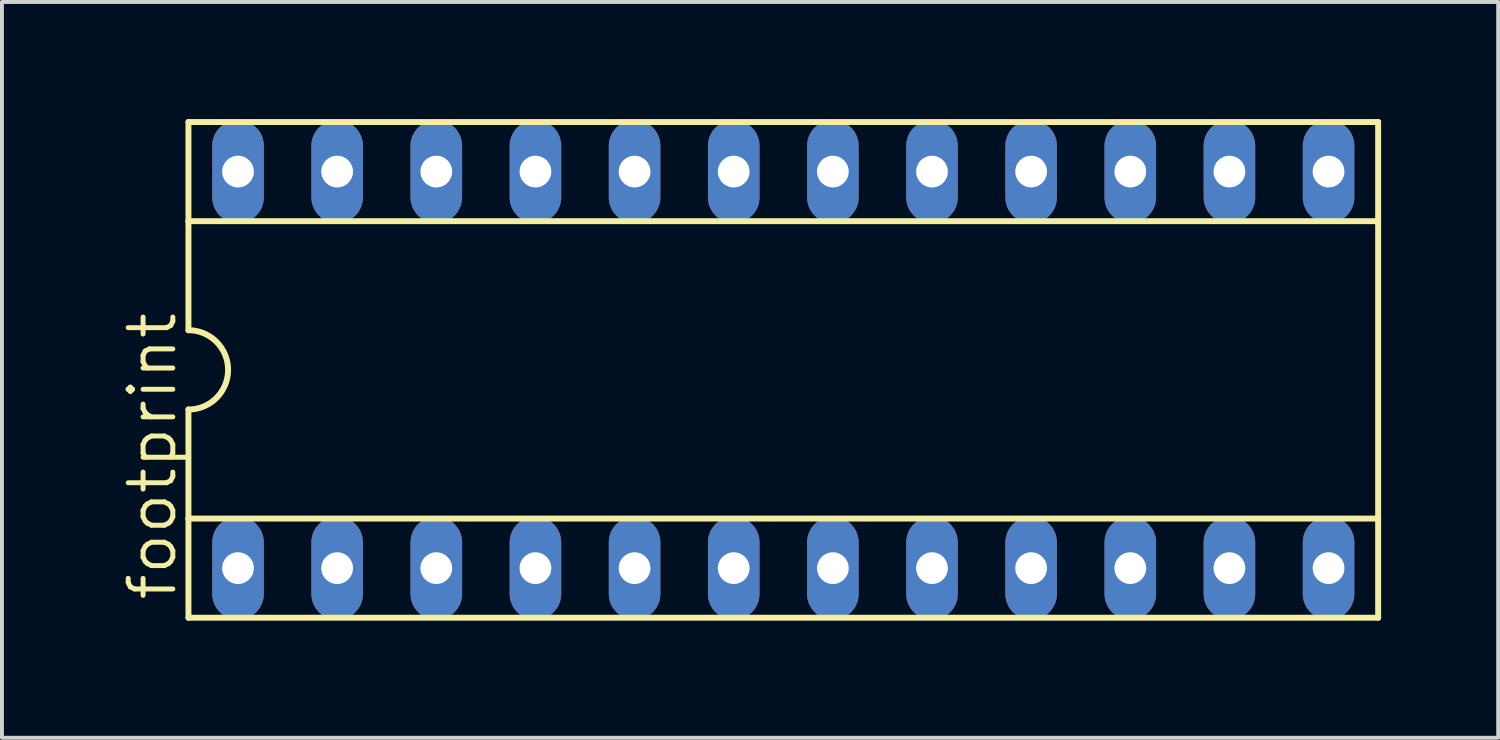
<source format=kicad_pcb>
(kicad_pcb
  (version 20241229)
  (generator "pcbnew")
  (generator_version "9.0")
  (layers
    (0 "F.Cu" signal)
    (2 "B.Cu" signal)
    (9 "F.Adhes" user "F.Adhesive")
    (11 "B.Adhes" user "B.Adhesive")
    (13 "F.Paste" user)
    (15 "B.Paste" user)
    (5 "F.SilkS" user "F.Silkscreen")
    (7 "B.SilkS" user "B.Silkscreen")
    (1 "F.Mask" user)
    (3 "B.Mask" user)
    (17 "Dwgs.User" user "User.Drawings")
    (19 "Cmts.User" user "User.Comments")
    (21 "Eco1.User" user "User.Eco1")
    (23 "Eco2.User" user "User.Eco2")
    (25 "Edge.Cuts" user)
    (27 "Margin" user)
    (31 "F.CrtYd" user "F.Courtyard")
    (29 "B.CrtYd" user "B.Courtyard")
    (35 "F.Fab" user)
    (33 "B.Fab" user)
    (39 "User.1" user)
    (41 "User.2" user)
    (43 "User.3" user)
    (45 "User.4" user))
  (footprint "footprint"
    (layer "F.Cu")
    (at 17.018 6.426)
    (property "Reference" "footprint" (at -15.494 5.969 90) (layer "F.SilkS") (effects (font (size 1.143 1.143) (thickness 0.127)) (justify left bottom)))
    (fp_line (start -15.24 -6.35) (end -15.24 -3.81) (stroke (width 0.152) (type solid)) (layer "F.SilkS"))
    (fp_line (start -15.24 -3.81) (end -15.24 -1.016) (stroke (width 0.152) (type solid)) (layer "F.SilkS"))
    (fp_line (start -15.24 3.81) (end -15.24 1.016) (stroke (width 0.152) (type solid)) (layer "F.SilkS"))
    (fp_line (start -15.24 3.81) (end 15.24 3.81) (stroke (width 0.152) (type solid)) (layer "F.SilkS"))
    (fp_line (start -15.24 6.35) (end -15.24 3.81) (stroke (width 0.152) (type solid)) (layer "F.SilkS"))
    (fp_line (start -15.24 6.35) (end 15.24 6.35) (stroke (width 0.152) (type solid)) (layer "F.SilkS"))
    (fp_line (start 15.24 -6.35) (end -15.24 -6.35) (stroke (width 0.152) (type solid)) (layer "F.SilkS"))
    (fp_line (start 15.24 -6.35) (end 15.24 -3.81) (stroke (width 0.152) (type solid)) (layer "F.SilkS"))
    (fp_line (start 15.24 -3.81) (end -15.24 -3.81) (stroke (width 0.152) (type solid)) (layer "F.SilkS"))
    (fp_line (start 15.24 -3.81) (end 15.24 3.81) (stroke (width 0.152) (type solid)) (layer "F.SilkS"))
    (fp_line (start 15.24 3.81) (end 15.24 6.35) (stroke (width 0.152) (type solid)) (layer "F.SilkS"))
    (fp_arc (start -15.24 -1.016) (mid -14.224 0) (end -15.24 1.016) (stroke (width 0.1524) (type solid)) (layer "F.SilkS"))
    (pad "1" thru_hole oval (at -13.97 5.08 90) (size 2.642 1.321) (drill 0.813) (layers "*.Cu" "*.Mask"))
    (pad "2" thru_hole oval (at -11.43 5.08 90) (size 2.642 1.321) (drill 0.813) (layers "*.Cu" "*.Mask"))
    (pad "3" thru_hole oval (at -8.89 5.08 90) (size 2.642 1.321) (drill 0.813) (layers "*.Cu" "*.Mask"))
    (pad "4" thru_hole oval (at -6.35 5.08 90) (size 2.642 1.321) (drill 0.813) (layers "*.Cu" "*.Mask"))
    (pad "5" thru_hole oval (at -3.81 5.08 90) (size 2.642 1.321) (drill 0.813) (layers "*.Cu" "*.Mask"))
    (pad "6" thru_hole oval (at -1.27 5.08 90) (size 2.642 1.321) (drill 0.813) (layers "*.Cu" "*.Mask"))
    (pad "7" thru_hole oval (at 1.27 5.08 90) (size 2.642 1.321) (drill 0.813) (layers "*.Cu" "*.Mask"))
    (pad "8" thru_hole oval (at 3.81 5.08 90) (size 2.642 1.321) (drill 0.813) (layers "*.Cu" "*.Mask"))
    (pad "9" thru_hole oval (at 6.35 5.08 90) (size 2.642 1.321) (drill 0.813) (layers "*.Cu" "*.Mask"))
    (pad "10" thru_hole oval (at 8.89 5.08 90) (size 2.642 1.321) (drill 0.813) (layers "*.Cu" "*.Mask"))
    (pad "11" thru_hole oval (at 11.43 5.08 90) (size 2.642 1.321) (drill 0.813) (layers "*.Cu" "*.Mask"))
    (pad "12" thru_hole oval (at 13.97 5.08 90) (size 2.642 1.321) (drill 0.813) (layers "*.Cu" "*.Mask"))
    (pad "13" thru_hole oval (at 13.97 -5.08 90) (size 2.642 1.321) (drill 0.813) (layers "*.Cu" "*.Mask"))
    (pad "14" thru_hole oval (at 11.43 -5.08 90) (size 2.642 1.321) (drill 0.813) (layers "*.Cu" "*.Mask"))
    (pad "15" thru_hole oval (at 8.89 -5.08 90) (size 2.642 1.321) (drill 0.813) (layers "*.Cu" "*.Mask"))
    (pad "16" thru_hole oval (at 6.35 -5.08 90) (size 2.642 1.321) (drill 0.813) (layers "*.Cu" "*.Mask"))
    (pad "17" thru_hole oval (at 3.81 -5.08 90) (size 2.642 1.321) (drill 0.813) (layers "*.Cu" "*.Mask"))
    (pad "18" thru_hole oval (at 1.27 -5.08 90) (size 2.642 1.321) (drill 0.813) (layers "*.Cu" "*.Mask"))
    (pad "19" thru_hole oval (at -1.27 -5.08 90) (size 2.642 1.321) (drill 0.813) (layers "*.Cu" "*.Mask"))
    (pad "20" thru_hole oval (at -3.81 -5.08 90) (size 2.642 1.321) (drill 0.813) (layers "*.Cu" "*.Mask"))
    (pad "21" thru_hole oval (at -6.35 -5.08 90) (size 2.642 1.321) (drill 0.813) (layers "*.Cu" "*.Mask"))
    (pad "22" thru_hole oval (at -8.89 -5.08 90) (size 2.642 1.321) (drill 0.813) (layers "*.Cu" "*.Mask"))
    (pad "23" thru_hole oval (at -11.43 -5.08 90) (size 2.642 1.321) (drill 0.813) (layers "*.Cu" "*.Mask"))
    (pad "24" thru_hole oval (at -13.97 -5.08 90) (size 2.642 1.321) (drill 0.813) (layers "*.Cu" "*.Mask")))
  (gr_rect
    (start -3 -3)
    (end 35.334 15.852)
    (stroke (width 0.1) (type default))
    (fill no)
    (layer "Edge.Cuts")))
</source>
